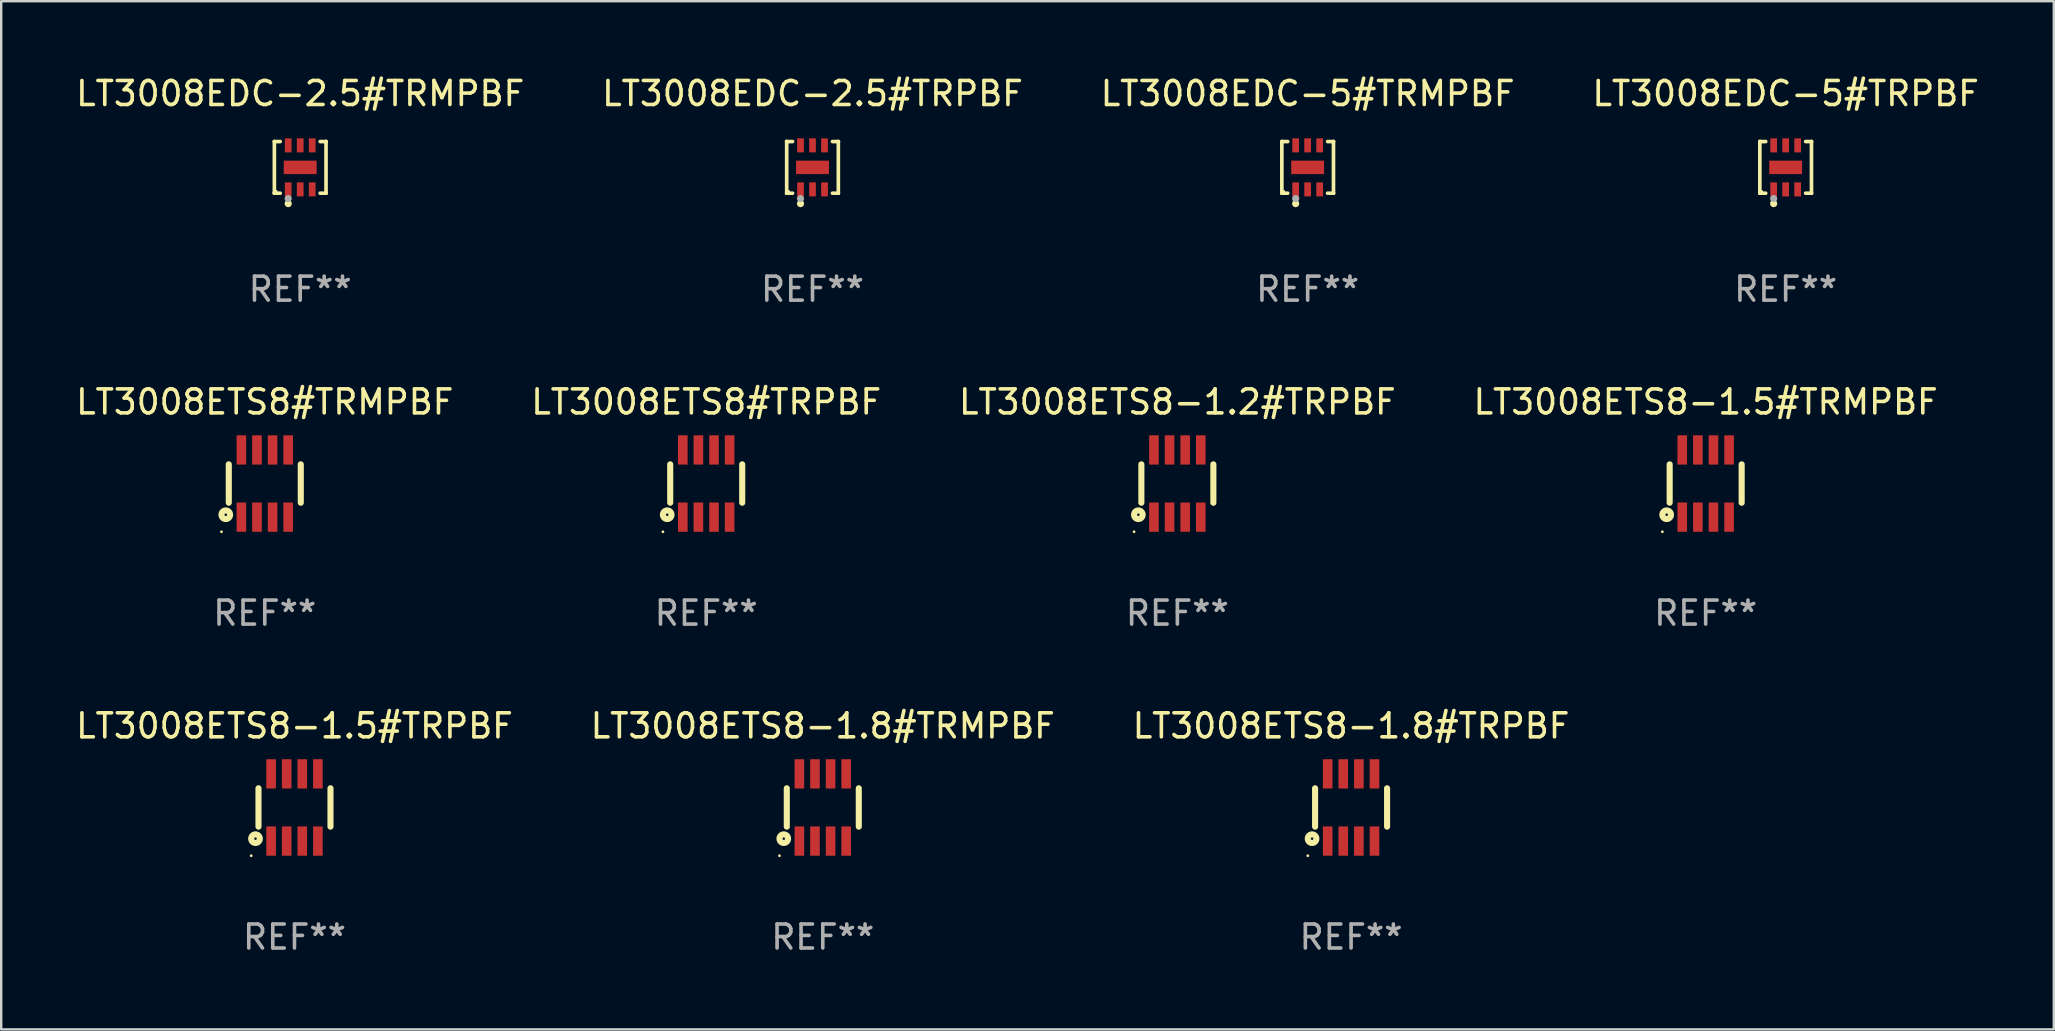
<source format=kicad_pcb>
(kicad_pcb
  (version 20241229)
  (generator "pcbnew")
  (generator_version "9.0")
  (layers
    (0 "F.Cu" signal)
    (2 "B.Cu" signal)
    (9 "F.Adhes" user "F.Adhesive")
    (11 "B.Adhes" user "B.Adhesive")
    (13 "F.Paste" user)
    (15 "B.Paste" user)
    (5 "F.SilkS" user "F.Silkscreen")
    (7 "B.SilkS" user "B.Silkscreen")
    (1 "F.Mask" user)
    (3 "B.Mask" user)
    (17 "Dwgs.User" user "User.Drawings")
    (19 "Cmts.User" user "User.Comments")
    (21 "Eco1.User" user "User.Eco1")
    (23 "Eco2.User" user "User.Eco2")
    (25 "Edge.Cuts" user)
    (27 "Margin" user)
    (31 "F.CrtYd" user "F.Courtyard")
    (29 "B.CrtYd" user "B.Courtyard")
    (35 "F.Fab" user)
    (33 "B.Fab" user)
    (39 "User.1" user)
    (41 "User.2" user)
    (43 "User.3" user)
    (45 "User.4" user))
  (footprint "LT3008ETS8-1.2#TRPBF"
    (layer "F.Cu")
    (at 46.006 17.097)
    (property "Reference" "LT3008ETS8-1.2#TRPBF" (at 0 -3.4 0) (layer "F.SilkS") (effects (font (size 1 1) (thickness 0.15))))
    (attr through_hole)
    (fp_line (start -1.5 0.8) (end -1.5 -0.8) (stroke (width 0.254) (type solid)) (layer "F.SilkS"))
    (fp_line (start 1.5 -0.8) (end 1.5 0.8) (stroke (width 0.254) (type solid)) (layer "F.SilkS"))
    (fp_circle (center -1.804 2.01) (end -1.774 2.01) (stroke (width 0.06) (type solid)) (fill no) (layer "F.SilkS"))
    (fp_circle (center -1.625 1.3) (end -1.573 1.3) (stroke (width 0.254) (type solid)) (fill no) (layer "F.SilkS"))
    (fp_text user "REF**" (at 0 5.4 0) (layer "F.Fab") (effects (font (size 1 1) (thickness 0.15))))
    (pad "1" smd rect (at -0.975 1.4 180) (size 0.4 1.22) (layers "F.Cu" "F.Mask" "F.Paste"))
    (pad "2" smd rect (at -0.325 1.4 180) (size 0.4 1.22) (layers "F.Cu" "F.Mask" "F.Paste"))
    (pad "3" smd rect (at 0.325 1.4 180) (size 0.4 1.22) (layers "F.Cu" "F.Mask" "F.Paste"))
    (pad "4" smd rect (at 0.975 1.4 180) (size 0.4 1.22) (layers "F.Cu" "F.Mask" "F.Paste"))
    (pad "5" smd rect (at 0.975 -1.4 180) (size 0.4 1.22) (layers "F.Cu" "F.Mask" "F.Paste"))
    (pad "6" smd rect (at 0.325 -1.4 180) (size 0.4 1.22) (layers "F.Cu" "F.Mask" "F.Paste"))
    (pad "7" smd rect (at -0.325 -1.4 180) (size 0.4 1.22) (layers "F.Cu" "F.Mask" "F.Paste"))
    (pad "8" smd rect (at -0.975 -1.4 180) (size 0.4 1.22) (layers "F.Cu" "F.Mask" "F.Paste")))
  (footprint "LT3008EDC-5#TRPBF"
    (layer "F.Cu")
    (at 71.351 3.924)
    (property "Reference" "LT3008EDC-5#TRPBF" (at 0 -3.076 0) (layer "F.SilkS") (effects (font (size 1 1) (thickness 0.15))))
    (attr through_hole)
    (fp_line (start -1.076 -1.076) (end -1.076 -1.076) (stroke (width 0.152) (type solid)) (layer "F.SilkS"))
    (fp_line (start -1.076 -1.076) (end -0.831 -1.076) (stroke (width 0.152) (type solid)) (layer "F.SilkS"))
    (fp_line (start -1.076 1.076) (end -1.076 -1.076) (stroke (width 0.152) (type solid)) (layer "F.SilkS"))
    (fp_line (start -1.076 1.076) (end -1.076 1.076) (stroke (width 0.152) (type solid)) (layer "F.SilkS"))
    (fp_line (start -0.831 1.076) (end -1.076 1.076) (stroke (width 0.152) (type solid)) (layer "F.SilkS"))
    (fp_line (start 0.831 1.076) (end 1.076 1.076) (stroke (width 0.152) (type solid)) (layer "F.SilkS"))
    (fp_line (start 1.076 -1.076) (end 0.831 -1.076) (stroke (width 0.152) (type solid)) (layer "F.SilkS"))
    (fp_line (start 1.076 -1.076) (end 1.076 -1.076) (stroke (width 0.152) (type solid)) (layer "F.SilkS"))
    (fp_line (start 1.076 1.076) (end 1.076 -1.076) (stroke (width 0.152) (type solid)) (layer "F.SilkS"))
    (fp_line (start 1.076 1.076) (end 1.076 1.076) (stroke (width 0.152) (type solid)) (layer "F.SilkS"))
    (fp_circle (center -1 1) (end -0.97 1) (stroke (width 0.06) (type solid)) (fill no) (layer "F.SilkS"))
    (fp_circle (center -0.5 1.51) (end -0.425 1.51) (stroke (width 0.15) (type solid)) (fill no) (layer "F.SilkS"))
    (fp_circle (center -0.5 1.3) (end -0.425 1.3) (stroke (width 0.15) (type solid)) (fill no) (layer "F.Fab"))
    (fp_text user "REF**" (at 0 5.076 0) (layer "F.Fab") (effects (font (size 1 1) (thickness 0.15))))
    (pad "1" smd rect (at -0.5 0.917) (size 0.28 0.585) (layers "F.Cu" "F.Mask" "F.Paste"))
    (pad "2" smd rect (at 0 0.917) (size 0.28 0.585) (layers "F.Cu" "F.Mask" "F.Paste"))
    (pad "3" smd rect (at 0.5 0.917) (size 0.28 0.585) (layers "F.Cu" "F.Mask" "F.Paste"))
    (pad "4" smd rect (at 0.5 -0.917) (size 0.28 0.585) (layers "F.Cu" "F.Mask" "F.Paste"))
    (pad "5" smd rect (at 0 -0.917) (size 0.28 0.585) (layers "F.Cu" "F.Mask" "F.Paste"))
    (pad "6" smd rect (at -0.5 -0.917) (size 0.28 0.585) (layers "F.Cu" "F.Mask" "F.Paste"))
    (pad "7" smd rect (at 0 0) (size 1.37 0.56) (layers "F.Cu" "F.Mask" "F.Paste")))
  (footprint "LT3008EDC-5#TRMPBF"
    (layer "F.Cu")
    (at 51.435 3.924)
    (property "Reference" "LT3008EDC-5#TRMPBF" (at 0 -3.076 0) (layer "F.SilkS") (effects (font (size 1 1) (thickness 0.15))))
    (attr through_hole)
    (fp_line (start -1.076 -1.076) (end -1.076 -1.076) (stroke (width 0.152) (type solid)) (layer "F.SilkS"))
    (fp_line (start -1.076 -1.076) (end -0.831 -1.076) (stroke (width 0.152) (type solid)) (layer "F.SilkS"))
    (fp_line (start -1.076 1.076) (end -1.076 -1.076) (stroke (width 0.152) (type solid)) (layer "F.SilkS"))
    (fp_line (start -1.076 1.076) (end -1.076 1.076) (stroke (width 0.152) (type solid)) (layer "F.SilkS"))
    (fp_line (start -0.831 1.076) (end -1.076 1.076) (stroke (width 0.152) (type solid)) (layer "F.SilkS"))
    (fp_line (start 0.831 1.076) (end 1.076 1.076) (stroke (width 0.152) (type solid)) (layer "F.SilkS"))
    (fp_line (start 1.076 -1.076) (end 0.831 -1.076) (stroke (width 0.152) (type solid)) (layer "F.SilkS"))
    (fp_line (start 1.076 -1.076) (end 1.076 -1.076) (stroke (width 0.152) (type solid)) (layer "F.SilkS"))
    (fp_line (start 1.076 1.076) (end 1.076 -1.076) (stroke (width 0.152) (type solid)) (layer "F.SilkS"))
    (fp_line (start 1.076 1.076) (end 1.076 1.076) (stroke (width 0.152) (type solid)) (layer "F.SilkS"))
    (fp_circle (center -1 1) (end -0.97 1) (stroke (width 0.06) (type solid)) (fill no) (layer "F.SilkS"))
    (fp_circle (center -0.5 1.51) (end -0.425 1.51) (stroke (width 0.15) (type solid)) (fill no) (layer "F.SilkS"))
    (fp_circle (center -0.5 1.3) (end -0.425 1.3) (stroke (width 0.15) (type solid)) (fill no) (layer "F.Fab"))
    (fp_text user "REF**" (at 0 5.076 0) (layer "F.Fab") (effects (font (size 1 1) (thickness 0.15))))
    (pad "1" smd rect (at -0.5 0.917) (size 0.28 0.585) (layers "F.Cu" "F.Mask" "F.Paste"))
    (pad "2" smd rect (at 0 0.917) (size 0.28 0.585) (layers "F.Cu" "F.Mask" "F.Paste"))
    (pad "3" smd rect (at 0.5 0.917) (size 0.28 0.585) (layers "F.Cu" "F.Mask" "F.Paste"))
    (pad "4" smd rect (at 0.5 -0.917) (size 0.28 0.585) (layers "F.Cu" "F.Mask" "F.Paste"))
    (pad "5" smd rect (at 0 -0.917) (size 0.28 0.585) (layers "F.Cu" "F.Mask" "F.Paste"))
    (pad "6" smd rect (at -0.5 -0.917) (size 0.28 0.585) (layers "F.Cu" "F.Mask" "F.Paste"))
    (pad "7" smd rect (at 0 0) (size 1.37 0.56) (layers "F.Cu" "F.Mask" "F.Paste")))
  (footprint "LT3008EDC-2.5#TRPBF"
    (layer "F.Cu")
    (at 30.804 3.924)
    (property "Reference" "LT3008EDC-2.5#TRPBF" (at 0 -3.076 0) (layer "F.SilkS") (effects (font (size 1 1) (thickness 0.15))))
    (attr through_hole)
    (fp_line (start -1.076 -1.076) (end -1.076 -1.076) (stroke (width 0.152) (type solid)) (layer "F.SilkS"))
    (fp_line (start -1.076 -1.076) (end -0.831 -1.076) (stroke (width 0.152) (type solid)) (layer "F.SilkS"))
    (fp_line (start -1.076 1.076) (end -1.076 -1.076) (stroke (width 0.152) (type solid)) (layer "F.SilkS"))
    (fp_line (start -1.076 1.076) (end -1.076 1.076) (stroke (width 0.152) (type solid)) (layer "F.SilkS"))
    (fp_line (start -0.831 1.076) (end -1.076 1.076) (stroke (width 0.152) (type solid)) (layer "F.SilkS"))
    (fp_line (start 0.831 1.076) (end 1.076 1.076) (stroke (width 0.152) (type solid)) (layer "F.SilkS"))
    (fp_line (start 1.076 -1.076) (end 0.831 -1.076) (stroke (width 0.152) (type solid)) (layer "F.SilkS"))
    (fp_line (start 1.076 -1.076) (end 1.076 -1.076) (stroke (width 0.152) (type solid)) (layer "F.SilkS"))
    (fp_line (start 1.076 1.076) (end 1.076 -1.076) (stroke (width 0.152) (type solid)) (layer "F.SilkS"))
    (fp_line (start 1.076 1.076) (end 1.076 1.076) (stroke (width 0.152) (type solid)) (layer "F.SilkS"))
    (fp_circle (center -1 1) (end -0.97 1) (stroke (width 0.06) (type solid)) (fill no) (layer "F.SilkS"))
    (fp_circle (center -0.5 1.51) (end -0.425 1.51) (stroke (width 0.15) (type solid)) (fill no) (layer "F.SilkS"))
    (fp_circle (center -0.5 1.3) (end -0.425 1.3) (stroke (width 0.15) (type solid)) (fill no) (layer "F.Fab"))
    (fp_text user "REF**" (at 0 5.076 0) (layer "F.Fab") (effects (font (size 1 1) (thickness 0.15))))
    (pad "1" smd rect (at -0.5 0.917) (size 0.28 0.585) (layers "F.Cu" "F.Mask" "F.Paste"))
    (pad "2" smd rect (at 0 0.917) (size 0.28 0.585) (layers "F.Cu" "F.Mask" "F.Paste"))
    (pad "3" smd rect (at 0.5 0.917) (size 0.28 0.585) (layers "F.Cu" "F.Mask" "F.Paste"))
    (pad "4" smd rect (at 0.5 -0.917) (size 0.28 0.585) (layers "F.Cu" "F.Mask" "F.Paste"))
    (pad "5" smd rect (at 0 -0.917) (size 0.28 0.585) (layers "F.Cu" "F.Mask" "F.Paste"))
    (pad "6" smd rect (at -0.5 -0.917) (size 0.28 0.585) (layers "F.Cu" "F.Mask" "F.Paste"))
    (pad "7" smd rect (at 0 0) (size 1.37 0.56) (layers "F.Cu" "F.Mask" "F.Paste")))
  (footprint "LT3008ETS8-1.5#TRMPBF"
    (layer "F.Cu")
    (at 68.018 17.097)
    (property "Reference" "LT3008ETS8-1.5#TRMPBF" (at 0 -3.4 0) (layer "F.SilkS") (effects (font (size 1 1) (thickness 0.15))))
    (attr through_hole)
    (fp_line (start -1.5 0.8) (end -1.5 -0.8) (stroke (width 0.254) (type solid)) (layer "F.SilkS"))
    (fp_line (start 1.5 -0.8) (end 1.5 0.8) (stroke (width 0.254) (type solid)) (layer "F.SilkS"))
    (fp_circle (center -1.804 2.01) (end -1.774 2.01) (stroke (width 0.06) (type solid)) (fill no) (layer "F.SilkS"))
    (fp_circle (center -1.625 1.3) (end -1.573 1.3) (stroke (width 0.254) (type solid)) (fill no) (layer "F.SilkS"))
    (fp_text user "REF**" (at 0 5.4 0) (layer "F.Fab") (effects (font (size 1 1) (thickness 0.15))))
    (pad "1" smd rect (at -0.975 1.4 180) (size 0.4 1.22) (layers "F.Cu" "F.Mask" "F.Paste"))
    (pad "2" smd rect (at -0.325 1.4 180) (size 0.4 1.22) (layers "F.Cu" "F.Mask" "F.Paste"))
    (pad "3" smd rect (at 0.325 1.4 180) (size 0.4 1.22) (layers "F.Cu" "F.Mask" "F.Paste"))
    (pad "4" smd rect (at 0.975 1.4 180) (size 0.4 1.22) (layers "F.Cu" "F.Mask" "F.Paste"))
    (pad "5" smd rect (at 0.975 -1.4 180) (size 0.4 1.22) (layers "F.Cu" "F.Mask" "F.Paste"))
    (pad "6" smd rect (at 0.325 -1.4 180) (size 0.4 1.22) (layers "F.Cu" "F.Mask" "F.Paste"))
    (pad "7" smd rect (at -0.325 -1.4 180) (size 0.4 1.22) (layers "F.Cu" "F.Mask" "F.Paste"))
    (pad "8" smd rect (at -0.975 -1.4 180) (size 0.4 1.22) (layers "F.Cu" "F.Mask" "F.Paste")))
  (footprint "LT3008ETS8-1.8#TRPBF"
    (layer "F.Cu")
    (at 53.244 30.594)
    (property "Reference" "LT3008ETS8-1.8#TRPBF" (at 0 -3.4 0) (layer "F.SilkS") (effects (font (size 1 1) (thickness 0.15))))
    (attr through_hole)
    (fp_line (start -1.5 0.8) (end -1.5 -0.8) (stroke (width 0.254) (type solid)) (layer "F.SilkS"))
    (fp_line (start 1.5 -0.8) (end 1.5 0.8) (stroke (width 0.254) (type solid)) (layer "F.SilkS"))
    (fp_circle (center -1.804 2.01) (end -1.774 2.01) (stroke (width 0.06) (type solid)) (fill no) (layer "F.SilkS"))
    (fp_circle (center -1.625 1.3) (end -1.573 1.3) (stroke (width 0.254) (type solid)) (fill no) (layer "F.SilkS"))
    (fp_text user "REF**" (at 0 5.4 0) (layer "F.Fab") (effects (font (size 1 1) (thickness 0.15))))
    (pad "1" smd rect (at -0.975 1.4 180) (size 0.4 1.22) (layers "F.Cu" "F.Mask" "F.Paste"))
    (pad "2" smd rect (at -0.325 1.4 180) (size 0.4 1.22) (layers "F.Cu" "F.Mask" "F.Paste"))
    (pad "3" smd rect (at 0.325 1.4 180) (size 0.4 1.22) (layers "F.Cu" "F.Mask" "F.Paste"))
    (pad "4" smd rect (at 0.975 1.4 180) (size 0.4 1.22) (layers "F.Cu" "F.Mask" "F.Paste"))
    (pad "5" smd rect (at 0.975 -1.4 180) (size 0.4 1.22) (layers "F.Cu" "F.Mask" "F.Paste"))
    (pad "6" smd rect (at 0.325 -1.4 180) (size 0.4 1.22) (layers "F.Cu" "F.Mask" "F.Paste"))
    (pad "7" smd rect (at -0.325 -1.4 180) (size 0.4 1.22) (layers "F.Cu" "F.Mask" "F.Paste"))
    (pad "8" smd rect (at -0.975 -1.4 180) (size 0.4 1.22) (layers "F.Cu" "F.Mask" "F.Paste")))
  (footprint "LT3008ETS8#TRPBF"
    (layer "F.Cu")
    (at 26.375 17.097)
    (property "Reference" "LT3008ETS8#TRPBF" (at 0 -3.4 0) (layer "F.SilkS") (effects (font (size 1 1) (thickness 0.15))))
    (attr through_hole)
    (fp_line (start -1.5 0.8) (end -1.5 -0.8) (stroke (width 0.254) (type solid)) (layer "F.SilkS"))
    (fp_line (start 1.5 -0.8) (end 1.5 0.8) (stroke (width 0.254) (type solid)) (layer "F.SilkS"))
    (fp_circle (center -1.804 2.01) (end -1.774 2.01) (stroke (width 0.06) (type solid)) (fill no) (layer "F.SilkS"))
    (fp_circle (center -1.625 1.3) (end -1.573 1.3) (stroke (width 0.254) (type solid)) (fill no) (layer "F.SilkS"))
    (fp_text user "REF**" (at 0 5.4 0) (layer "F.Fab") (effects (font (size 1 1) (thickness 0.15))))
    (pad "1" smd rect (at -0.975 1.4 180) (size 0.4 1.22) (layers "F.Cu" "F.Mask" "F.Paste"))
    (pad "2" smd rect (at -0.325 1.4 180) (size 0.4 1.22) (layers "F.Cu" "F.Mask" "F.Paste"))
    (pad "3" smd rect (at 0.325 1.4 180) (size 0.4 1.22) (layers "F.Cu" "F.Mask" "F.Paste"))
    (pad "4" smd rect (at 0.975 1.4 180) (size 0.4 1.22) (layers "F.Cu" "F.Mask" "F.Paste"))
    (pad "5" smd rect (at 0.975 -1.4 180) (size 0.4 1.22) (layers "F.Cu" "F.Mask" "F.Paste"))
    (pad "6" smd rect (at 0.325 -1.4 180) (size 0.4 1.22) (layers "F.Cu" "F.Mask" "F.Paste"))
    (pad "7" smd rect (at -0.325 -1.4 180) (size 0.4 1.22) (layers "F.Cu" "F.Mask" "F.Paste"))
    (pad "8" smd rect (at -0.975 -1.4 180) (size 0.4 1.22) (layers "F.Cu" "F.Mask" "F.Paste")))
  (footprint "LT3008EDC-2.5#TRMPBF"
    (layer "F.Cu")
    (at 9.458 3.924)
    (property "Reference" "LT3008EDC-2.5#TRMPBF" (at 0 -3.076 0) (layer "F.SilkS") (effects (font (size 1 1) (thickness 0.15))))
    (attr through_hole)
    (fp_line (start -1.076 -1.076) (end -1.076 -1.076) (stroke (width 0.152) (type solid)) (layer "F.SilkS"))
    (fp_line (start -1.076 -1.076) (end -0.831 -1.076) (stroke (width 0.152) (type solid)) (layer "F.SilkS"))
    (fp_line (start -1.076 1.076) (end -1.076 -1.076) (stroke (width 0.152) (type solid)) (layer "F.SilkS"))
    (fp_line (start -1.076 1.076) (end -1.076 1.076) (stroke (width 0.152) (type solid)) (layer "F.SilkS"))
    (fp_line (start -0.831 1.076) (end -1.076 1.076) (stroke (width 0.152) (type solid)) (layer "F.SilkS"))
    (fp_line (start 0.831 1.076) (end 1.076 1.076) (stroke (width 0.152) (type solid)) (layer "F.SilkS"))
    (fp_line (start 1.076 -1.076) (end 0.831 -1.076) (stroke (width 0.152) (type solid)) (layer "F.SilkS"))
    (fp_line (start 1.076 -1.076) (end 1.076 -1.076) (stroke (width 0.152) (type solid)) (layer "F.SilkS"))
    (fp_line (start 1.076 1.076) (end 1.076 -1.076) (stroke (width 0.152) (type solid)) (layer "F.SilkS"))
    (fp_line (start 1.076 1.076) (end 1.076 1.076) (stroke (width 0.152) (type solid)) (layer "F.SilkS"))
    (fp_circle (center -1 1) (end -0.97 1) (stroke (width 0.06) (type solid)) (fill no) (layer "F.SilkS"))
    (fp_circle (center -0.5 1.51) (end -0.425 1.51) (stroke (width 0.15) (type solid)) (fill no) (layer "F.SilkS"))
    (fp_circle (center -0.5 1.3) (end -0.425 1.3) (stroke (width 0.15) (type solid)) (fill no) (layer "F.Fab"))
    (fp_text user "REF**" (at 0 5.076 0) (layer "F.Fab") (effects (font (size 1 1) (thickness 0.15))))
    (pad "1" smd rect (at -0.5 0.917) (size 0.28 0.585) (layers "F.Cu" "F.Mask" "F.Paste"))
    (pad "2" smd rect (at 0 0.917) (size 0.28 0.585) (layers "F.Cu" "F.Mask" "F.Paste"))
    (pad "3" smd rect (at 0.5 0.917) (size 0.28 0.585) (layers "F.Cu" "F.Mask" "F.Paste"))
    (pad "4" smd rect (at 0.5 -0.917) (size 0.28 0.585) (layers "F.Cu" "F.Mask" "F.Paste"))
    (pad "5" smd rect (at 0 -0.917) (size 0.28 0.585) (layers "F.Cu" "F.Mask" "F.Paste"))
    (pad "6" smd rect (at -0.5 -0.917) (size 0.28 0.585) (layers "F.Cu" "F.Mask" "F.Paste"))
    (pad "7" smd rect (at 0 0) (size 1.37 0.56) (layers "F.Cu" "F.Mask" "F.Paste")))
  (footprint "LT3008ETS8#TRMPBF"
    (layer "F.Cu")
    (at 7.982 17.097)
    (property "Reference" "LT3008ETS8#TRMPBF" (at 0 -3.4 0) (layer "F.SilkS") (effects (font (size 1 1) (thickness 0.15))))
    (attr through_hole)
    (fp_line (start -1.5 0.8) (end -1.5 -0.8) (stroke (width 0.254) (type solid)) (layer "F.SilkS"))
    (fp_line (start 1.5 -0.8) (end 1.5 0.8) (stroke (width 0.254) (type solid)) (layer "F.SilkS"))
    (fp_circle (center -1.804 2.01) (end -1.774 2.01) (stroke (width 0.06) (type solid)) (fill no) (layer "F.SilkS"))
    (fp_circle (center -1.625 1.3) (end -1.573 1.3) (stroke (width 0.254) (type solid)) (fill no) (layer "F.SilkS"))
    (fp_text user "REF**" (at 0 5.4 0) (layer "F.Fab") (effects (font (size 1 1) (thickness 0.15))))
    (pad "1" smd rect (at -0.975 1.4 180) (size 0.4 1.22) (layers "F.Cu" "F.Mask" "F.Paste"))
    (pad "2" smd rect (at -0.325 1.4 180) (size 0.4 1.22) (layers "F.Cu" "F.Mask" "F.Paste"))
    (pad "3" smd rect (at 0.325 1.4 180) (size 0.4 1.22) (layers "F.Cu" "F.Mask" "F.Paste"))
    (pad "4" smd rect (at 0.975 1.4 180) (size 0.4 1.22) (layers "F.Cu" "F.Mask" "F.Paste"))
    (pad "5" smd rect (at 0.975 -1.4 180) (size 0.4 1.22) (layers "F.Cu" "F.Mask" "F.Paste"))
    (pad "6" smd rect (at 0.325 -1.4 180) (size 0.4 1.22) (layers "F.Cu" "F.Mask" "F.Paste"))
    (pad "7" smd rect (at -0.325 -1.4 180) (size 0.4 1.22) (layers "F.Cu" "F.Mask" "F.Paste"))
    (pad "8" smd rect (at -0.975 -1.4 180) (size 0.4 1.22) (layers "F.Cu" "F.Mask" "F.Paste")))
  (footprint "LT3008ETS8-1.8#TRMPBF"
    (layer "F.Cu")
    (at 31.232 30.594)
    (property "Reference" "LT3008ETS8-1.8#TRMPBF" (at 0 -3.4 0) (layer "F.SilkS") (effects (font (size 1 1) (thickness 0.15))))
    (attr through_hole)
    (fp_line (start -1.5 0.8) (end -1.5 -0.8) (stroke (width 0.254) (type solid)) (layer "F.SilkS"))
    (fp_line (start 1.5 -0.8) (end 1.5 0.8) (stroke (width 0.254) (type solid)) (layer "F.SilkS"))
    (fp_circle (center -1.804 2.01) (end -1.774 2.01) (stroke (width 0.06) (type solid)) (fill no) (layer "F.SilkS"))
    (fp_circle (center -1.625 1.3) (end -1.573 1.3) (stroke (width 0.254) (type solid)) (fill no) (layer "F.SilkS"))
    (fp_text user "REF**" (at 0 5.4 0) (layer "F.Fab") (effects (font (size 1 1) (thickness 0.15))))
    (pad "1" smd rect (at -0.975 1.4 180) (size 0.4 1.22) (layers "F.Cu" "F.Mask" "F.Paste"))
    (pad "2" smd rect (at -0.325 1.4 180) (size 0.4 1.22) (layers "F.Cu" "F.Mask" "F.Paste"))
    (pad "3" smd rect (at 0.325 1.4 180) (size 0.4 1.22) (layers "F.Cu" "F.Mask" "F.Paste"))
    (pad "4" smd rect (at 0.975 1.4 180) (size 0.4 1.22) (layers "F.Cu" "F.Mask" "F.Paste"))
    (pad "5" smd rect (at 0.975 -1.4 180) (size 0.4 1.22) (layers "F.Cu" "F.Mask" "F.Paste"))
    (pad "6" smd rect (at 0.325 -1.4 180) (size 0.4 1.22) (layers "F.Cu" "F.Mask" "F.Paste"))
    (pad "7" smd rect (at -0.325 -1.4 180) (size 0.4 1.22) (layers "F.Cu" "F.Mask" "F.Paste"))
    (pad "8" smd rect (at -0.975 -1.4 180) (size 0.4 1.22) (layers "F.Cu" "F.Mask" "F.Paste")))
  (footprint "LT3008ETS8-1.5#TRPBF"
    (layer "F.Cu")
    (at 9.22 30.594)
    (property "Reference" "LT3008ETS8-1.5#TRPBF" (at 0 -3.4 0) (layer "F.SilkS") (effects (font (size 1 1) (thickness 0.15))))
    (attr through_hole)
    (fp_line (start -1.5 0.8) (end -1.5 -0.8) (stroke (width 0.254) (type solid)) (layer "F.SilkS"))
    (fp_line (start 1.5 -0.8) (end 1.5 0.8) (stroke (width 0.254) (type solid)) (layer "F.SilkS"))
    (fp_circle (center -1.804 2.01) (end -1.774 2.01) (stroke (width 0.06) (type solid)) (fill no) (layer "F.SilkS"))
    (fp_circle (center -1.625 1.3) (end -1.573 1.3) (stroke (width 0.254) (type solid)) (fill no) (layer "F.SilkS"))
    (fp_text user "REF**" (at 0 5.4 0) (layer "F.Fab") (effects (font (size 1 1) (thickness 0.15))))
    (pad "1" smd rect (at -0.975 1.4 180) (size 0.4 1.22) (layers "F.Cu" "F.Mask" "F.Paste"))
    (pad "2" smd rect (at -0.325 1.4 180) (size 0.4 1.22) (layers "F.Cu" "F.Mask" "F.Paste"))
    (pad "3" smd rect (at 0.325 1.4 180) (size 0.4 1.22) (layers "F.Cu" "F.Mask" "F.Paste"))
    (pad "4" smd rect (at 0.975 1.4 180) (size 0.4 1.22) (layers "F.Cu" "F.Mask" "F.Paste"))
    (pad "5" smd rect (at 0.975 -1.4 180) (size 0.4 1.22) (layers "F.Cu" "F.Mask" "F.Paste"))
    (pad "6" smd rect (at 0.325 -1.4 180) (size 0.4 1.22) (layers "F.Cu" "F.Mask" "F.Paste"))
    (pad "7" smd rect (at -0.325 -1.4 180) (size 0.4 1.22) (layers "F.Cu" "F.Mask" "F.Paste"))
    (pad "8" smd rect (at -0.975 -1.4 180) (size 0.4 1.22) (layers "F.Cu" "F.Mask" "F.Paste")))
  (gr_rect
    (start -3 -3)
    (end 82.524 39.842)
    (stroke (width 0.1) (type default))
    (fill no)
    (layer "Edge.Cuts")))
</source>
